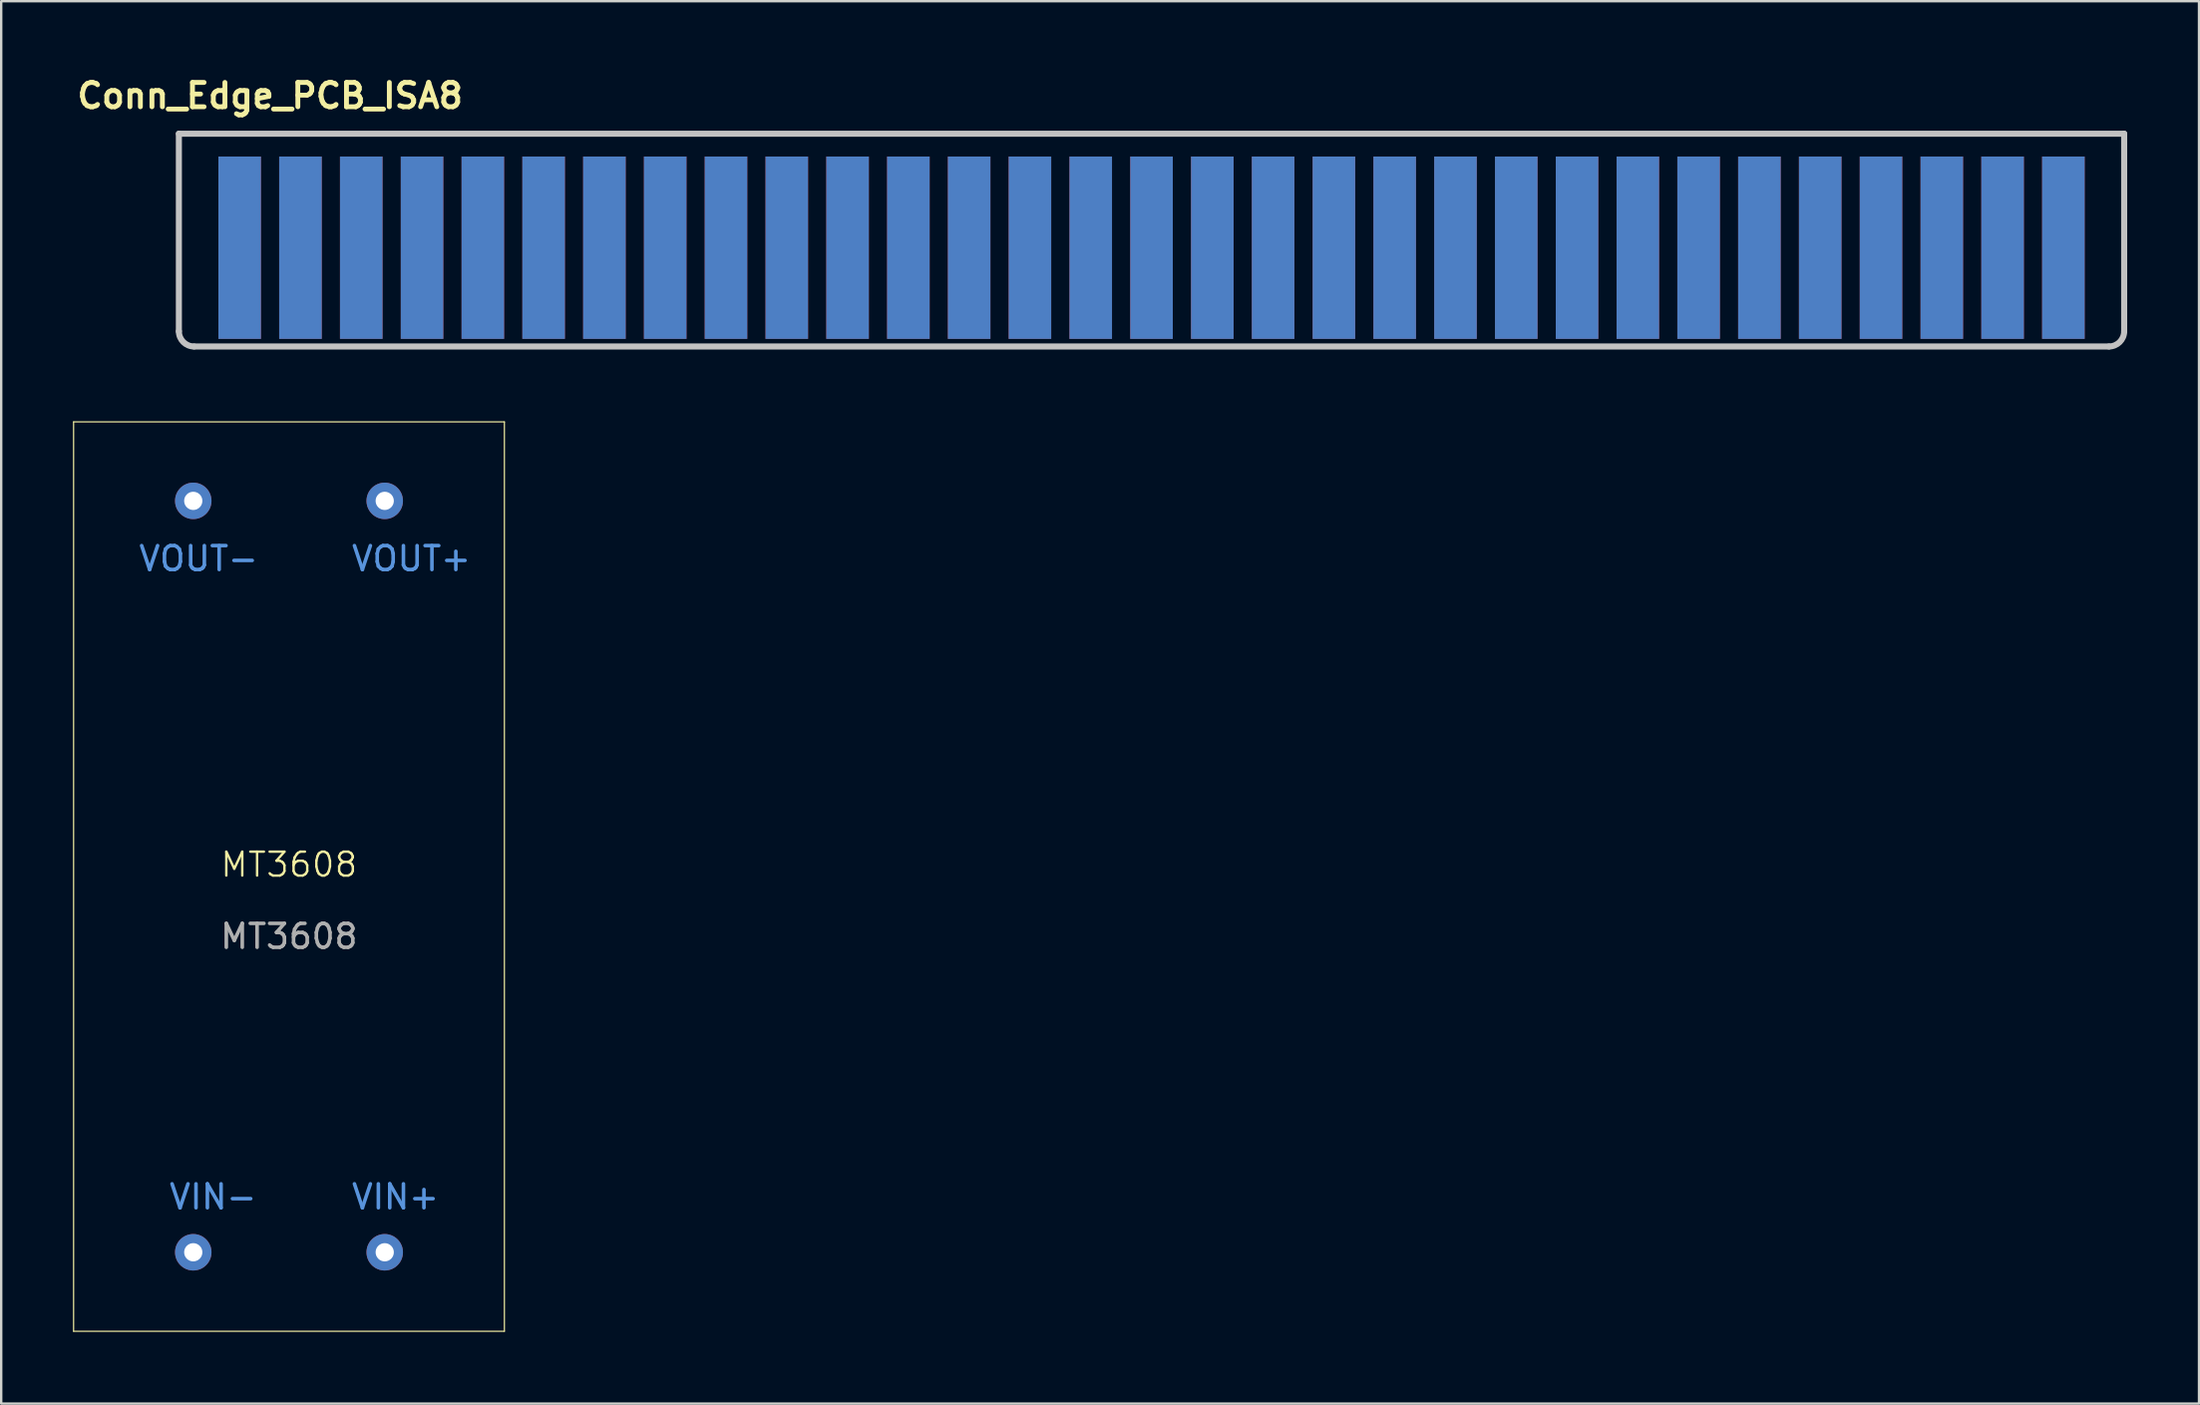
<source format=kicad_pcb>
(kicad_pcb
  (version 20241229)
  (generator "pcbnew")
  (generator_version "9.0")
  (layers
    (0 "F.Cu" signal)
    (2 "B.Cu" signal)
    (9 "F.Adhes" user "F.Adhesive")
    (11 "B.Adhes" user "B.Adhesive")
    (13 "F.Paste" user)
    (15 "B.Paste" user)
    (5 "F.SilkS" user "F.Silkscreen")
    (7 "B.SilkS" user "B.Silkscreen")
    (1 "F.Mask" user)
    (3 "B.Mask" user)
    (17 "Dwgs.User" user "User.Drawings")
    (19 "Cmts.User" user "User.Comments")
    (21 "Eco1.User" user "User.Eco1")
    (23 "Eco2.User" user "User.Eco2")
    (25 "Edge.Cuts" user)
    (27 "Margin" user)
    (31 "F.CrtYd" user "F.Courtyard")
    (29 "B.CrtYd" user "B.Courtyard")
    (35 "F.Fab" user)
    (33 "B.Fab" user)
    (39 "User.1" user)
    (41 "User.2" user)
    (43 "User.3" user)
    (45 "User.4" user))
  (footprint "Conn_Edge_PCB_ISA8"
    (layer "F.Cu")
    (at 45.064 7.301)
    (property "Reference" "Conn_Edge_PCB_ISA8" (at -36.83 -6.35 0) (layer "F.SilkS") (effects (font (size 1.016 1.016) (thickness 0.203))))
    (attr through_hole)
    (fp_line (start -40.64 3.493) (end -40.64 -4.763) (stroke (width 0.254) (type solid)) (layer "Dwgs.User"))
    (fp_line (start 40.005 4.128) (end -40.005 4.128) (stroke (width 0.254) (type solid)) (layer "Dwgs.User"))
    (fp_line (start 40.64 -4.763) (end -40.64 -4.763) (stroke (width 0.254) (type solid)) (layer "Dwgs.User"))
    (fp_line (start 40.64 3.493) (end 40.64 -4.763) (stroke (width 0.254) (type solid)) (layer "Dwgs.User"))
    (fp_arc (start -40.005 4.1275) (mid -40.454013 3.941513) (end -40.64 3.4925) (stroke (width 0.254) (type solid)) (layer "Dwgs.User"))
    (fp_arc (start 40.64 3.4925) (mid 40.454013 3.941513) (end 40.005 4.1275) (stroke (width 0.254) (type solid)) (layer "Dwgs.User"))
    (pad "1" connect rect (at 38.1 0) (size 1.778 7.62) (layers "B.Cu" "B.Mask"))
    (pad "2" connect rect (at 35.56 0) (size 1.778 7.62) (layers "B.Cu" "B.Mask"))
    (pad "3" connect rect (at 33.02 0) (size 1.778 7.62) (layers "B.Cu" "B.Mask"))
    (pad "4" connect rect (at 30.48 0) (size 1.778 7.62) (layers "B.Cu" "B.Mask"))
    (pad "5" connect rect (at 27.94 0) (size 1.778 7.62) (layers "B.Cu" "B.Mask"))
    (pad "6" connect rect (at 25.4 0) (size 1.778 7.62) (layers "B.Cu" "B.Mask"))
    (pad "7" connect rect (at 22.86 0) (size 1.778 7.62) (layers "B.Cu" "B.Mask"))
    (pad "8" connect rect (at 20.32 0) (size 1.778 7.62) (layers "B.Cu" "B.Mask"))
    (pad "9" connect rect (at 17.78 0) (size 1.778 7.62) (layers "B.Cu" "B.Mask"))
    (pad "10" connect rect (at 15.24 0) (size 1.778 7.62) (layers "B.Cu" "B.Mask"))
    (pad "11" connect rect (at 12.7 0) (size 1.778 7.62) (layers "B.Cu" "B.Mask"))
    (pad "12" connect rect (at 10.16 0) (size 1.778 7.62) (layers "B.Cu" "B.Mask"))
    (pad "13" connect rect (at 7.62 0) (size 1.778 7.62) (layers "B.Cu" "B.Mask"))
    (pad "14" connect rect (at 5.08 0) (size 1.778 7.62) (layers "B.Cu" "B.Mask"))
    (pad "15" connect rect (at 2.54 0) (size 1.778 7.62) (layers "B.Cu" "B.Mask"))
    (pad "16" connect rect (at 0 0) (size 1.778 7.62) (layers "B.Cu" "B.Mask"))
    (pad "17" connect rect (at -2.54 0) (size 1.778 7.62) (layers "B.Cu" "B.Mask"))
    (pad "18" connect rect (at -5.08 0) (size 1.778 7.62) (layers "B.Cu" "B.Mask"))
    (pad "19" connect rect (at -7.62 0) (size 1.778 7.62) (layers "B.Cu" "B.Mask"))
    (pad "20" connect rect (at -10.16 0) (size 1.778 7.62) (layers "B.Cu" "B.Mask"))
    (pad "21" connect rect (at -12.7 0) (size 1.778 7.62) (layers "B.Cu" "B.Mask"))
    (pad "22" connect rect (at -15.24 0) (size 1.778 7.62) (layers "B.Cu" "B.Mask"))
    (pad "23" connect rect (at -17.78 0) (size 1.778 7.62) (layers "B.Cu" "B.Mask"))
    (pad "24" connect rect (at -20.32 0) (size 1.778 7.62) (layers "B.Cu" "B.Mask"))
    (pad "25" connect rect (at -22.86 0) (size 1.778 7.62) (layers "B.Cu" "B.Mask"))
    (pad "26" connect rect (at -25.4 0) (size 1.778 7.62) (layers "B.Cu" "B.Mask"))
    (pad "27" connect rect (at -27.94 0) (size 1.778 7.62) (layers "B.Cu" "B.Mask"))
    (pad "28" connect rect (at -30.48 0) (size 1.778 7.62) (layers "B.Cu" "B.Mask"))
    (pad "29" connect rect (at -33.02 0) (size 1.778 7.62) (layers "B.Cu" "B.Mask"))
    (pad "30" connect rect (at -35.56 0) (size 1.778 7.62) (layers "B.Cu" "B.Mask"))
    (pad "31" connect rect (at -38.1 0) (size 1.778 7.62) (layers "B.Cu" "B.Mask"))
    (pad "32" connect rect (at 38.1 0) (size 1.778 7.62) (layers "F.Cu" "F.Mask"))
    (pad "33" connect rect (at 35.56 0) (size 1.778 7.62) (layers "F.Cu" "F.Mask"))
    (pad "34" connect rect (at 33.02 0) (size 1.778 7.62) (layers "F.Cu" "F.Mask"))
    (pad "35" connect rect (at 30.48 0) (size 1.778 7.62) (layers "F.Cu" "F.Mask"))
    (pad "36" connect rect (at 27.94 0) (size 1.778 7.62) (layers "F.Cu" "F.Mask"))
    (pad "37" connect rect (at 25.4 0) (size 1.778 7.62) (layers "F.Cu" "F.Mask"))
    (pad "38" connect rect (at 22.86 0) (size 1.778 7.62) (layers "F.Cu" "F.Mask"))
    (pad "39" connect rect (at 20.32 0) (size 1.778 7.62) (layers "F.Cu" "F.Mask"))
    (pad "40" connect rect (at 17.78 0) (size 1.778 7.62) (layers "F.Cu" "F.Mask"))
    (pad "41" connect rect (at 15.24 0) (size 1.778 7.62) (layers "F.Cu" "F.Mask"))
    (pad "42" connect rect (at 12.7 0) (size 1.778 7.62) (layers "F.Cu" "F.Mask"))
    (pad "43" connect rect (at 10.16 0) (size 1.778 7.62) (layers "F.Cu" "F.Mask"))
    (pad "44" connect rect (at 7.62 0) (size 1.778 7.62) (layers "F.Cu" "F.Mask"))
    (pad "45" connect rect (at 5.08 0) (size 1.778 7.62) (layers "F.Cu" "F.Mask"))
    (pad "46" connect rect (at 2.54 0) (size 1.778 7.62) (layers "F.Cu" "F.Mask"))
    (pad "47" connect rect (at 0 0) (size 1.778 7.62) (layers "F.Cu" "F.Mask"))
    (pad "48" connect rect (at -2.54 0) (size 1.778 7.62) (layers "F.Cu" "F.Mask"))
    (pad "49" connect rect (at -5.08 0) (size 1.778 7.62) (layers "F.Cu" "F.Mask"))
    (pad "50" connect rect (at -7.62 0) (size 1.778 7.62) (layers "F.Cu" "F.Mask"))
    (pad "51" connect rect (at -10.16 0) (size 1.778 7.62) (layers "F.Cu" "F.Mask"))
    (pad "52" connect rect (at -12.7 0) (size 1.778 7.62) (layers "F.Cu" "F.Mask"))
    (pad "53" connect rect (at -15.24 0) (size 1.778 7.62) (layers "F.Cu" "F.Mask"))
    (pad "54" connect rect (at -17.78 0) (size 1.778 7.62) (layers "F.Cu" "F.Mask"))
    (pad "55" connect rect (at -20.32 0) (size 1.778 7.62) (layers "F.Cu" "F.Mask"))
    (pad "56" connect rect (at -22.86 0) (size 1.778 7.62) (layers "F.Cu" "F.Mask"))
    (pad "57" connect rect (at -25.4 0) (size 1.778 7.62) (layers "F.Cu" "F.Mask"))
    (pad "58" connect rect (at -27.94 0) (size 1.778 7.62) (layers "F.Cu" "F.Mask"))
    (pad "59" connect rect (at -30.48 0) (size 1.778 7.62) (layers "F.Cu" "F.Mask"))
    (pad "60" connect rect (at -33.02 0) (size 1.778 7.62) (layers "F.Cu" "F.Mask"))
    (pad "61" connect rect (at -35.56 0) (size 1.778 7.62) (layers "F.Cu" "F.Mask"))
    (pad "62" connect rect (at -38.1 0) (size 1.778 7.62) (layers "F.Cu" "F.Mask")))
  (footprint "MT3608"
    (layer "F.Cu")
    (at 9.025 33.58)
    (property "Reference" "MT3608" (at 0 -0.5 0) (unlocked yes) (layer "F.SilkS") (effects (font (size 1 1) (thickness 0.1))))
    (attr through_hole)
    (fp_line (start -9 -19) (end 9 -19) (stroke (width 0.05) (type default)) (layer "F.SilkS"))
    (fp_line (start -9 19) (end -9 -19) (stroke (width 0.05) (type default)) (layer "F.SilkS"))
    (fp_line (start 9 -19) (end 9 19) (stroke (width 0.05) (type default)) (layer "F.SilkS"))
    (fp_line (start 9 19) (end -9 19) (stroke (width 0.05) (type default)) (layer "F.SilkS"))
    (fp_text user "VIN+" (at 2.54 13.97 0) (unlocked yes) (layer "Cmts.User") (effects (font (size 1 1) (thickness 0.15)) (justify left bottom)))
    (fp_text user "VOUT-" (at -6.35 -12.7 0) (unlocked yes) (layer "Cmts.User") (effects (font (size 1 1) (thickness 0.15)) (justify left bottom)))
    (fp_text user "VOUT+" (at 2.54 -12.7 0) (unlocked yes) (layer "Cmts.User") (effects (font (size 1 1) (thickness 0.15)) (justify left bottom)))
    (fp_text user "VIN-" (at -5.08 13.97 0) (unlocked yes) (layer "Cmts.User") (effects (font (size 1 1) (thickness 0.15)) (justify left bottom)))
    (fp_text user "${REFERENCE}" (at 0 2.5 0) (unlocked yes) (layer "F.Fab") (effects (font (size 1 1) (thickness 0.15))))
    (pad "1" thru_hole circle (at -4 -15.7) (size 1.524 1.524) (drill 0.762) (layers "*.Cu" "*.Mask"))
    (pad "2" thru_hole circle (at 4 -15.7) (size 1.524 1.524) (drill 0.762) (layers "*.Cu" "*.Mask"))
    (pad "3" thru_hole circle (at -4 15.7) (size 1.524 1.524) (drill 0.762) (layers "*.Cu" "*.Mask"))
    (pad "4" thru_hole circle (at 4 15.7) (size 1.524 1.524) (drill 0.762) (layers "*.Cu" "*.Mask")))
  (gr_rect
    (start -3 -3)
    (end 88.831 55.605)
    (stroke (width 0.1) (type default))
    (fill no)
    (layer "Edge.Cuts")))
</source>
